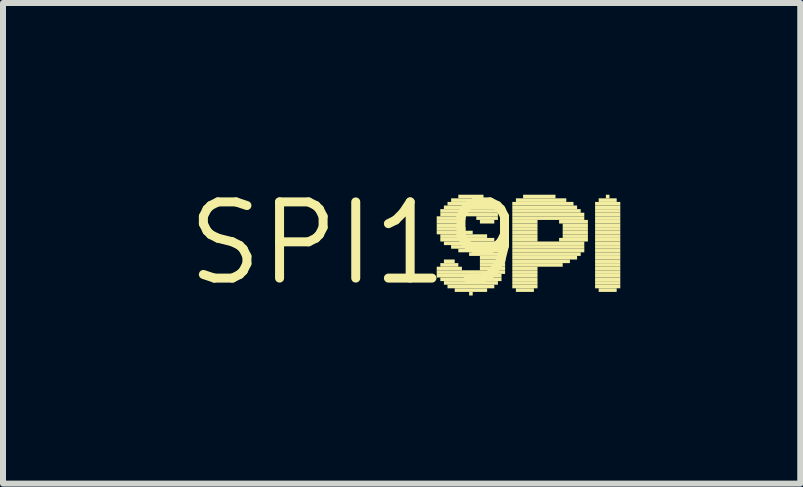
<source format=kicad_pcb>
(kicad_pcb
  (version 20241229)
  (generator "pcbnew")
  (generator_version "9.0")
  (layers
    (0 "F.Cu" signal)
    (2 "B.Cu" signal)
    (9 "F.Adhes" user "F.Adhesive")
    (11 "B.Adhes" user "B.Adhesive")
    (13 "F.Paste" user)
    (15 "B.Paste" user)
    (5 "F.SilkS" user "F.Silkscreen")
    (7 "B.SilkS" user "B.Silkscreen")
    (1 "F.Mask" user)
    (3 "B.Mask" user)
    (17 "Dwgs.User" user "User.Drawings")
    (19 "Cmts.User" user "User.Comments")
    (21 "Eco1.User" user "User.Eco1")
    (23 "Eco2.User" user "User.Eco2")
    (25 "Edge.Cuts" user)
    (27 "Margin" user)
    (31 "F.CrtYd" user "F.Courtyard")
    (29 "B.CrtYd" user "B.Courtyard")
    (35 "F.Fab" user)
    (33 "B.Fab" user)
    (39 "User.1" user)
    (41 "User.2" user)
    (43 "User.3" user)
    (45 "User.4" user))
  (footprint "SPI19"
    (layer "F.Cu")
    (at 2.85 1.006)
    (property "Reference" "SPI19" (at 0 0 0) (layer "F.SilkS") (effects (font (size 1.27 1.27) (thickness 0.15))))
    (attr through_hole)
    (fp_poly (pts (xy 1.38 -0.39) (xy 1.86 -0.39) (xy 1.86 -0.45) (xy 1.38 -0.45)) (stroke (width 0) (type solid)) (fill yes) (layer "F.SilkS"))
    (fp_poly (pts (xy 1.38 -0.33) (xy 1.8 -0.33) (xy 1.8 -0.39) (xy 1.38 -0.39)) (stroke (width 0) (type solid)) (fill yes) (layer "F.SilkS"))
    (fp_poly (pts (xy 1.38 -0.27) (xy 1.8 -0.27) (xy 1.8 -0.33) (xy 1.38 -0.33)) (stroke (width 0) (type solid)) (fill yes) (layer "F.SilkS"))
    (fp_poly (pts (xy 1.38 -0.21) (xy 1.86 -0.21) (xy 1.86 -0.27) (xy 1.38 -0.27)) (stroke (width 0) (type solid)) (fill yes) (layer "F.SilkS"))
    (fp_poly (pts (xy 1.38 -0.15) (xy 1.98 -0.15) (xy 1.98 -0.21) (xy 1.38 -0.21)) (stroke (width 0) (type solid)) (fill yes) (layer "F.SilkS"))
    (fp_poly (pts (xy 1.38 0.45) (xy 1.8 0.45) (xy 1.8 0.39) (xy 1.38 0.39)) (stroke (width 0) (type solid)) (fill yes) (layer "F.SilkS"))
    (fp_poly (pts (xy 1.38 0.51) (xy 2.52 0.51) (xy 2.52 0.45) (xy 1.38 0.45)) (stroke (width 0) (type solid)) (fill yes) (layer "F.SilkS"))
    (fp_poly (pts (xy 1.38 0.57) (xy 2.46 0.57) (xy 2.46 0.51) (xy 1.38 0.51)) (stroke (width 0) (type solid)) (fill yes) (layer "F.SilkS"))
    (fp_poly (pts (xy 1.44 -0.51) (xy 2.46 -0.51) (xy 2.46 -0.57) (xy 1.44 -0.57)) (stroke (width 0) (type solid)) (fill yes) (layer "F.SilkS"))
    (fp_poly (pts (xy 1.44 -0.45) (xy 2.4 -0.45) (xy 2.4 -0.51) (xy 1.44 -0.51)) (stroke (width 0) (type solid)) (fill yes) (layer "F.SilkS"))
    (fp_poly (pts (xy 1.44 -0.09) (xy 2.22 -0.09) (xy 2.22 -0.15) (xy 1.44 -0.15)) (stroke (width 0) (type solid)) (fill yes) (layer "F.SilkS"))
    (fp_poly (pts (xy 1.44 -0.03) (xy 2.34 -0.03) (xy 2.34 -0.09) (xy 1.44 -0.09)) (stroke (width 0) (type solid)) (fill yes) (layer "F.SilkS"))
    (fp_poly (pts (xy 1.44 0.39) (xy 1.74 0.39) (xy 1.74 0.33) (xy 1.44 0.33)) (stroke (width 0) (type solid)) (fill yes) (layer "F.SilkS"))
    (fp_poly (pts (xy 1.44 0.63) (xy 2.46 0.63) (xy 2.46 0.57) (xy 1.44 0.57)) (stroke (width 0) (type solid)) (fill yes) (layer "F.SilkS"))
    (fp_poly (pts (xy 1.5 -0.57) (xy 2.4 -0.57) (xy 2.4 -0.63) (xy 1.5 -0.63)) (stroke (width 0) (type solid)) (fill yes) (layer "F.SilkS"))
    (fp_poly (pts (xy 1.5 0.03) (xy 2.46 0.03) (xy 2.46 -0.03) (xy 1.5 -0.03)) (stroke (width 0) (type solid)) (fill yes) (layer "F.SilkS"))
    (fp_poly (pts (xy 1.5 0.33) (xy 1.68 0.33) (xy 1.68 0.27) (xy 1.5 0.27)) (stroke (width 0) (type solid)) (fill yes) (layer "F.SilkS"))
    (fp_poly (pts (xy 1.5 0.69) (xy 2.4 0.69) (xy 2.4 0.63) (xy 1.5 0.63)) (stroke (width 0) (type solid)) (fill yes) (layer "F.SilkS"))
    (fp_poly (pts (xy 1.56 -0.63) (xy 2.4 -0.63) (xy 2.4 -0.69) (xy 1.56 -0.69)) (stroke (width 0) (type solid)) (fill yes) (layer "F.SilkS"))
    (fp_poly (pts (xy 1.56 0.75) (xy 2.34 0.75) (xy 2.34 0.69) (xy 1.56 0.69)) (stroke (width 0) (type solid)) (fill yes) (layer "F.SilkS"))
    (fp_poly (pts (xy 1.62 -0.69) (xy 2.28 -0.69) (xy 2.28 -0.75) (xy 1.62 -0.75)) (stroke (width 0) (type solid)) (fill yes) (layer "F.SilkS"))
    (fp_poly (pts (xy 1.62 0.09) (xy 2.46 0.09) (xy 2.46 0.03) (xy 1.62 0.03)) (stroke (width 0) (type solid)) (fill yes) (layer "F.SilkS"))
    (fp_poly (pts (xy 1.68 0.81) (xy 2.22 0.81) (xy 2.22 0.75) (xy 1.68 0.75)) (stroke (width 0) (type solid)) (fill yes) (layer "F.SilkS"))
    (fp_poly (pts (xy 1.74 -0.75) (xy 2.16 -0.75) (xy 2.16 -0.81) (xy 1.74 -0.81)) (stroke (width 0) (type solid)) (fill yes) (layer "F.SilkS"))
    (fp_poly (pts (xy 1.74 0.15) (xy 2.52 0.15) (xy 2.52 0.09) (xy 1.74 0.09)) (stroke (width 0) (type solid)) (fill yes) (layer "F.SilkS"))
    (fp_poly (pts (xy 1.92 0.21) (xy 2.52 0.21) (xy 2.52 0.15) (xy 1.92 0.15)) (stroke (width 0) (type solid)) (fill yes) (layer "F.SilkS"))
    (fp_poly (pts (xy 1.92 0.87) (xy 1.98 0.87) (xy 1.98 0.81) (xy 1.92 0.81)) (stroke (width 0) (type solid)) (fill yes) (layer "F.SilkS"))
    (fp_poly (pts (xy 2.04 -0.39) (xy 2.4 -0.39) (xy 2.4 -0.45) (xy 2.04 -0.45)) (stroke (width 0) (type solid)) (fill yes) (layer "F.SilkS"))
    (fp_poly (pts (xy 2.1 -0.33) (xy 2.34 -0.33) (xy 2.34 -0.39) (xy 2.1 -0.39)) (stroke (width 0) (type solid)) (fill yes) (layer "F.SilkS"))
    (fp_poly (pts (xy 2.1 0.27) (xy 2.52 0.27) (xy 2.52 0.21) (xy 2.1 0.21)) (stroke (width 0) (type solid)) (fill yes) (layer "F.SilkS"))
    (fp_poly (pts (xy 2.1 0.33) (xy 2.52 0.33) (xy 2.52 0.27) (xy 2.1 0.27)) (stroke (width 0) (type solid)) (fill yes) (layer "F.SilkS"))
    (fp_poly (pts (xy 2.1 0.39) (xy 2.52 0.39) (xy 2.52 0.33) (xy 2.1 0.33)) (stroke (width 0) (type solid)) (fill yes) (layer "F.SilkS"))
    (fp_poly (pts (xy 2.1 0.45) (xy 2.52 0.45) (xy 2.52 0.39) (xy 2.1 0.39)) (stroke (width 0) (type solid)) (fill yes) (layer "F.SilkS"))
    (fp_poly (pts (xy 2.64 -0.63) (xy 3.66 -0.63) (xy 3.66 -0.69) (xy 2.64 -0.69)) (stroke (width 0) (type solid)) (fill yes) (layer "F.SilkS"))
    (fp_poly (pts (xy 2.64 -0.57) (xy 3.72 -0.57) (xy 3.72 -0.63) (xy 2.64 -0.63)) (stroke (width 0) (type solid)) (fill yes) (layer "F.SilkS"))
    (fp_poly (pts (xy 2.64 -0.51) (xy 3.78 -0.51) (xy 3.78 -0.57) (xy 2.64 -0.57)) (stroke (width 0) (type solid)) (fill yes) (layer "F.SilkS"))
    (fp_poly (pts (xy 2.64 -0.45) (xy 3.84 -0.45) (xy 3.84 -0.51) (xy 2.64 -0.51)) (stroke (width 0) (type solid)) (fill yes) (layer "F.SilkS"))
    (fp_poly (pts (xy 2.64 -0.39) (xy 3.84 -0.39) (xy 3.84 -0.45) (xy 2.64 -0.45)) (stroke (width 0) (type solid)) (fill yes) (layer "F.SilkS"))
    (fp_poly (pts (xy 2.64 -0.33) (xy 3.06 -0.33) (xy 3.06 -0.39) (xy 2.64 -0.39)) (stroke (width 0) (type solid)) (fill yes) (layer "F.SilkS"))
    (fp_poly (pts (xy 2.64 -0.27) (xy 3.06 -0.27) (xy 3.06 -0.33) (xy 2.64 -0.33)) (stroke (width 0) (type solid)) (fill yes) (layer "F.SilkS"))
    (fp_poly (pts (xy 2.64 -0.21) (xy 3.06 -0.21) (xy 3.06 -0.27) (xy 2.64 -0.27)) (stroke (width 0) (type solid)) (fill yes) (layer "F.SilkS"))
    (fp_poly (pts (xy 2.64 -0.15) (xy 3.06 -0.15) (xy 3.06 -0.21) (xy 2.64 -0.21)) (stroke (width 0) (type solid)) (fill yes) (layer "F.SilkS"))
    (fp_poly (pts (xy 2.64 -0.09) (xy 3.06 -0.09) (xy 3.06 -0.15) (xy 2.64 -0.15)) (stroke (width 0) (type solid)) (fill yes) (layer "F.SilkS"))
    (fp_poly (pts (xy 2.64 -0.03) (xy 3.06 -0.03) (xy 3.06 -0.09) (xy 2.64 -0.09)) (stroke (width 0) (type solid)) (fill yes) (layer "F.SilkS"))
    (fp_poly (pts (xy 2.64 0.03) (xy 3.84 0.03) (xy 3.84 -0.03) (xy 2.64 -0.03)) (stroke (width 0) (type solid)) (fill yes) (layer "F.SilkS"))
    (fp_poly (pts (xy 2.64 0.09) (xy 3.84 0.09) (xy 3.84 0.03) (xy 2.64 0.03)) (stroke (width 0) (type solid)) (fill yes) (layer "F.SilkS"))
    (fp_poly (pts (xy 2.64 0.15) (xy 3.84 0.15) (xy 3.84 0.09) (xy 2.64 0.09)) (stroke (width 0) (type solid)) (fill yes) (layer "F.SilkS"))
    (fp_poly (pts (xy 2.64 0.21) (xy 3.78 0.21) (xy 3.78 0.15) (xy 2.64 0.15)) (stroke (width 0) (type solid)) (fill yes) (layer "F.SilkS"))
    (fp_poly (pts (xy 2.64 0.27) (xy 3.72 0.27) (xy 3.72 0.21) (xy 2.64 0.21)) (stroke (width 0) (type solid)) (fill yes) (layer "F.SilkS"))
    (fp_poly (pts (xy 2.64 0.33) (xy 3.6 0.33) (xy 3.6 0.27) (xy 2.64 0.27)) (stroke (width 0) (type solid)) (fill yes) (layer "F.SilkS"))
    (fp_poly (pts (xy 2.64 0.39) (xy 3.48 0.39) (xy 3.48 0.33) (xy 2.64 0.33)) (stroke (width 0) (type solid)) (fill yes) (layer "F.SilkS"))
    (fp_poly (pts (xy 2.64 0.45) (xy 3.06 0.45) (xy 3.06 0.39) (xy 2.64 0.39)) (stroke (width 0) (type solid)) (fill yes) (layer "F.SilkS"))
    (fp_poly (pts (xy 2.64 0.51) (xy 3.06 0.51) (xy 3.06 0.45) (xy 2.64 0.45)) (stroke (width 0) (type solid)) (fill yes) (layer "F.SilkS"))
    (fp_poly (pts (xy 2.64 0.57) (xy 3.06 0.57) (xy 3.06 0.51) (xy 2.64 0.51)) (stroke (width 0) (type solid)) (fill yes) (layer "F.SilkS"))
    (fp_poly (pts (xy 2.64 0.63) (xy 3.06 0.63) (xy 3.06 0.57) (xy 2.64 0.57)) (stroke (width 0) (type solid)) (fill yes) (layer "F.SilkS"))
    (fp_poly (pts (xy 2.64 0.69) (xy 3.06 0.69) (xy 3.06 0.63) (xy 2.64 0.63)) (stroke (width 0) (type solid)) (fill yes) (layer "F.SilkS"))
    (fp_poly (pts (xy 2.64 0.75) (xy 3.06 0.75) (xy 3.06 0.69) (xy 2.64 0.69)) (stroke (width 0) (type solid)) (fill yes) (layer "F.SilkS"))
    (fp_poly (pts (xy 2.7 -0.69) (xy 3.54 -0.69) (xy 3.54 -0.75) (xy 2.7 -0.75)) (stroke (width 0) (type solid)) (fill yes) (layer "F.SilkS"))
    (fp_poly (pts (xy 2.7 0.81) (xy 3 0.81) (xy 3 0.75) (xy 2.7 0.75)) (stroke (width 0) (type solid)) (fill yes) (layer "F.SilkS"))
    (fp_poly (pts (xy 2.82 -0.75) (xy 3.36 -0.75) (xy 3.36 -0.81) (xy 2.82 -0.81)) (stroke (width 0) (type solid)) (fill yes) (layer "F.SilkS"))
    (fp_poly (pts (xy 3.42 -0.33) (xy 3.9 -0.33) (xy 3.9 -0.39) (xy 3.42 -0.39)) (stroke (width 0) (type solid)) (fill yes) (layer "F.SilkS"))
    (fp_poly (pts (xy 3.42 -0.03) (xy 3.9 -0.03) (xy 3.9 -0.09) (xy 3.42 -0.09)) (stroke (width 0) (type solid)) (fill yes) (layer "F.SilkS"))
    (fp_poly (pts (xy 3.48 -0.27) (xy 3.9 -0.27) (xy 3.9 -0.33) (xy 3.48 -0.33)) (stroke (width 0) (type solid)) (fill yes) (layer "F.SilkS"))
    (fp_poly (pts (xy 3.48 -0.21) (xy 3.9 -0.21) (xy 3.9 -0.27) (xy 3.48 -0.27)) (stroke (width 0) (type solid)) (fill yes) (layer "F.SilkS"))
    (fp_poly (pts (xy 3.48 -0.15) (xy 3.9 -0.15) (xy 3.9 -0.21) (xy 3.48 -0.21)) (stroke (width 0) (type solid)) (fill yes) (layer "F.SilkS"))
    (fp_poly (pts (xy 3.48 -0.09) (xy 3.9 -0.09) (xy 3.9 -0.15) (xy 3.48 -0.15)) (stroke (width 0) (type solid)) (fill yes) (layer "F.SilkS"))
    (fp_poly (pts (xy 4.02 -0.63) (xy 4.44 -0.63) (xy 4.44 -0.69) (xy 4.02 -0.69)) (stroke (width 0) (type solid)) (fill yes) (layer "F.SilkS"))
    (fp_poly (pts (xy 4.02 -0.57) (xy 4.44 -0.57) (xy 4.44 -0.63) (xy 4.02 -0.63)) (stroke (width 0) (type solid)) (fill yes) (layer "F.SilkS"))
    (fp_poly (pts (xy 4.02 -0.51) (xy 4.44 -0.51) (xy 4.44 -0.57) (xy 4.02 -0.57)) (stroke (width 0) (type solid)) (fill yes) (layer "F.SilkS"))
    (fp_poly (pts (xy 4.02 -0.45) (xy 4.44 -0.45) (xy 4.44 -0.51) (xy 4.02 -0.51)) (stroke (width 0) (type solid)) (fill yes) (layer "F.SilkS"))
    (fp_poly (pts (xy 4.02 -0.39) (xy 4.44 -0.39) (xy 4.44 -0.45) (xy 4.02 -0.45)) (stroke (width 0) (type solid)) (fill yes) (layer "F.SilkS"))
    (fp_poly (pts (xy 4.02 -0.33) (xy 4.44 -0.33) (xy 4.44 -0.39) (xy 4.02 -0.39)) (stroke (width 0) (type solid)) (fill yes) (layer "F.SilkS"))
    (fp_poly (pts (xy 4.02 -0.27) (xy 4.44 -0.27) (xy 4.44 -0.33) (xy 4.02 -0.33)) (stroke (width 0) (type solid)) (fill yes) (layer "F.SilkS"))
    (fp_poly (pts (xy 4.02 -0.21) (xy 4.44 -0.21) (xy 4.44 -0.27) (xy 4.02 -0.27)) (stroke (width 0) (type solid)) (fill yes) (layer "F.SilkS"))
    (fp_poly (pts (xy 4.02 -0.15) (xy 4.44 -0.15) (xy 4.44 -0.21) (xy 4.02 -0.21)) (stroke (width 0) (type solid)) (fill yes) (layer "F.SilkS"))
    (fp_poly (pts (xy 4.02 -0.09) (xy 4.44 -0.09) (xy 4.44 -0.15) (xy 4.02 -0.15)) (stroke (width 0) (type solid)) (fill yes) (layer "F.SilkS"))
    (fp_poly (pts (xy 4.02 -0.03) (xy 4.44 -0.03) (xy 4.44 -0.09) (xy 4.02 -0.09)) (stroke (width 0) (type solid)) (fill yes) (layer "F.SilkS"))
    (fp_poly (pts (xy 4.02 0.03) (xy 4.44 0.03) (xy 4.44 -0.03) (xy 4.02 -0.03)) (stroke (width 0) (type solid)) (fill yes) (layer "F.SilkS"))
    (fp_poly (pts (xy 4.02 0.09) (xy 4.44 0.09) (xy 4.44 0.03) (xy 4.02 0.03)) (stroke (width 0) (type solid)) (fill yes) (layer "F.SilkS"))
    (fp_poly (pts (xy 4.02 0.15) (xy 4.44 0.15) (xy 4.44 0.09) (xy 4.02 0.09)) (stroke (width 0) (type solid)) (fill yes) (layer "F.SilkS"))
    (fp_poly (pts (xy 4.02 0.21) (xy 4.44 0.21) (xy 4.44 0.15) (xy 4.02 0.15)) (stroke (width 0) (type solid)) (fill yes) (layer "F.SilkS"))
    (fp_poly (pts (xy 4.02 0.27) (xy 4.44 0.27) (xy 4.44 0.21) (xy 4.02 0.21)) (stroke (width 0) (type solid)) (fill yes) (layer "F.SilkS"))
    (fp_poly (pts (xy 4.02 0.33) (xy 4.44 0.33) (xy 4.44 0.27) (xy 4.02 0.27)) (stroke (width 0) (type solid)) (fill yes) (layer "F.SilkS"))
    (fp_poly (pts (xy 4.02 0.39) (xy 4.44 0.39) (xy 4.44 0.33) (xy 4.02 0.33)) (stroke (width 0) (type solid)) (fill yes) (layer "F.SilkS"))
    (fp_poly (pts (xy 4.02 0.45) (xy 4.44 0.45) (xy 4.44 0.39) (xy 4.02 0.39)) (stroke (width 0) (type solid)) (fill yes) (layer "F.SilkS"))
    (fp_poly (pts (xy 4.02 0.51) (xy 4.44 0.51) (xy 4.44 0.45) (xy 4.02 0.45)) (stroke (width 0) (type solid)) (fill yes) (layer "F.SilkS"))
    (fp_poly (pts (xy 4.02 0.57) (xy 4.44 0.57) (xy 4.44 0.51) (xy 4.02 0.51)) (stroke (width 0) (type solid)) (fill yes) (layer "F.SilkS"))
    (fp_poly (pts (xy 4.02 0.63) (xy 4.44 0.63) (xy 4.44 0.57) (xy 4.02 0.57)) (stroke (width 0) (type solid)) (fill yes) (layer "F.SilkS"))
    (fp_poly (pts (xy 4.02 0.69) (xy 4.44 0.69) (xy 4.44 0.63) (xy 4.02 0.63)) (stroke (width 0) (type solid)) (fill yes) (layer "F.SilkS"))
    (fp_poly (pts (xy 4.02 0.75) (xy 4.44 0.75) (xy 4.44 0.69) (xy 4.02 0.69)) (stroke (width 0) (type solid)) (fill yes) (layer "F.SilkS"))
    (fp_poly (pts (xy 4.08 -0.69) (xy 4.38 -0.69) (xy 4.38 -0.75) (xy 4.08 -0.75)) (stroke (width 0) (type solid)) (fill yes) (layer "F.SilkS"))
    (fp_poly (pts (xy 4.08 0.81) (xy 4.38 0.81) (xy 4.38 0.75) (xy 4.08 0.75)) (stroke (width 0) (type solid)) (fill yes) (layer "F.SilkS"))
    (fp_poly (pts (xy 4.2 -0.75) (xy 4.26 -0.75) (xy 4.26 -0.81) (xy 4.2 -0.81)) (stroke (width 0) (type solid)) (fill yes) (layer "F.SilkS")))
  (gr_rect
    (start -3 -3)
    (end 10.29 5.012)
    (stroke (width 0.1) (type default))
    (fill no)
    (layer "Edge.Cuts")))
</source>
